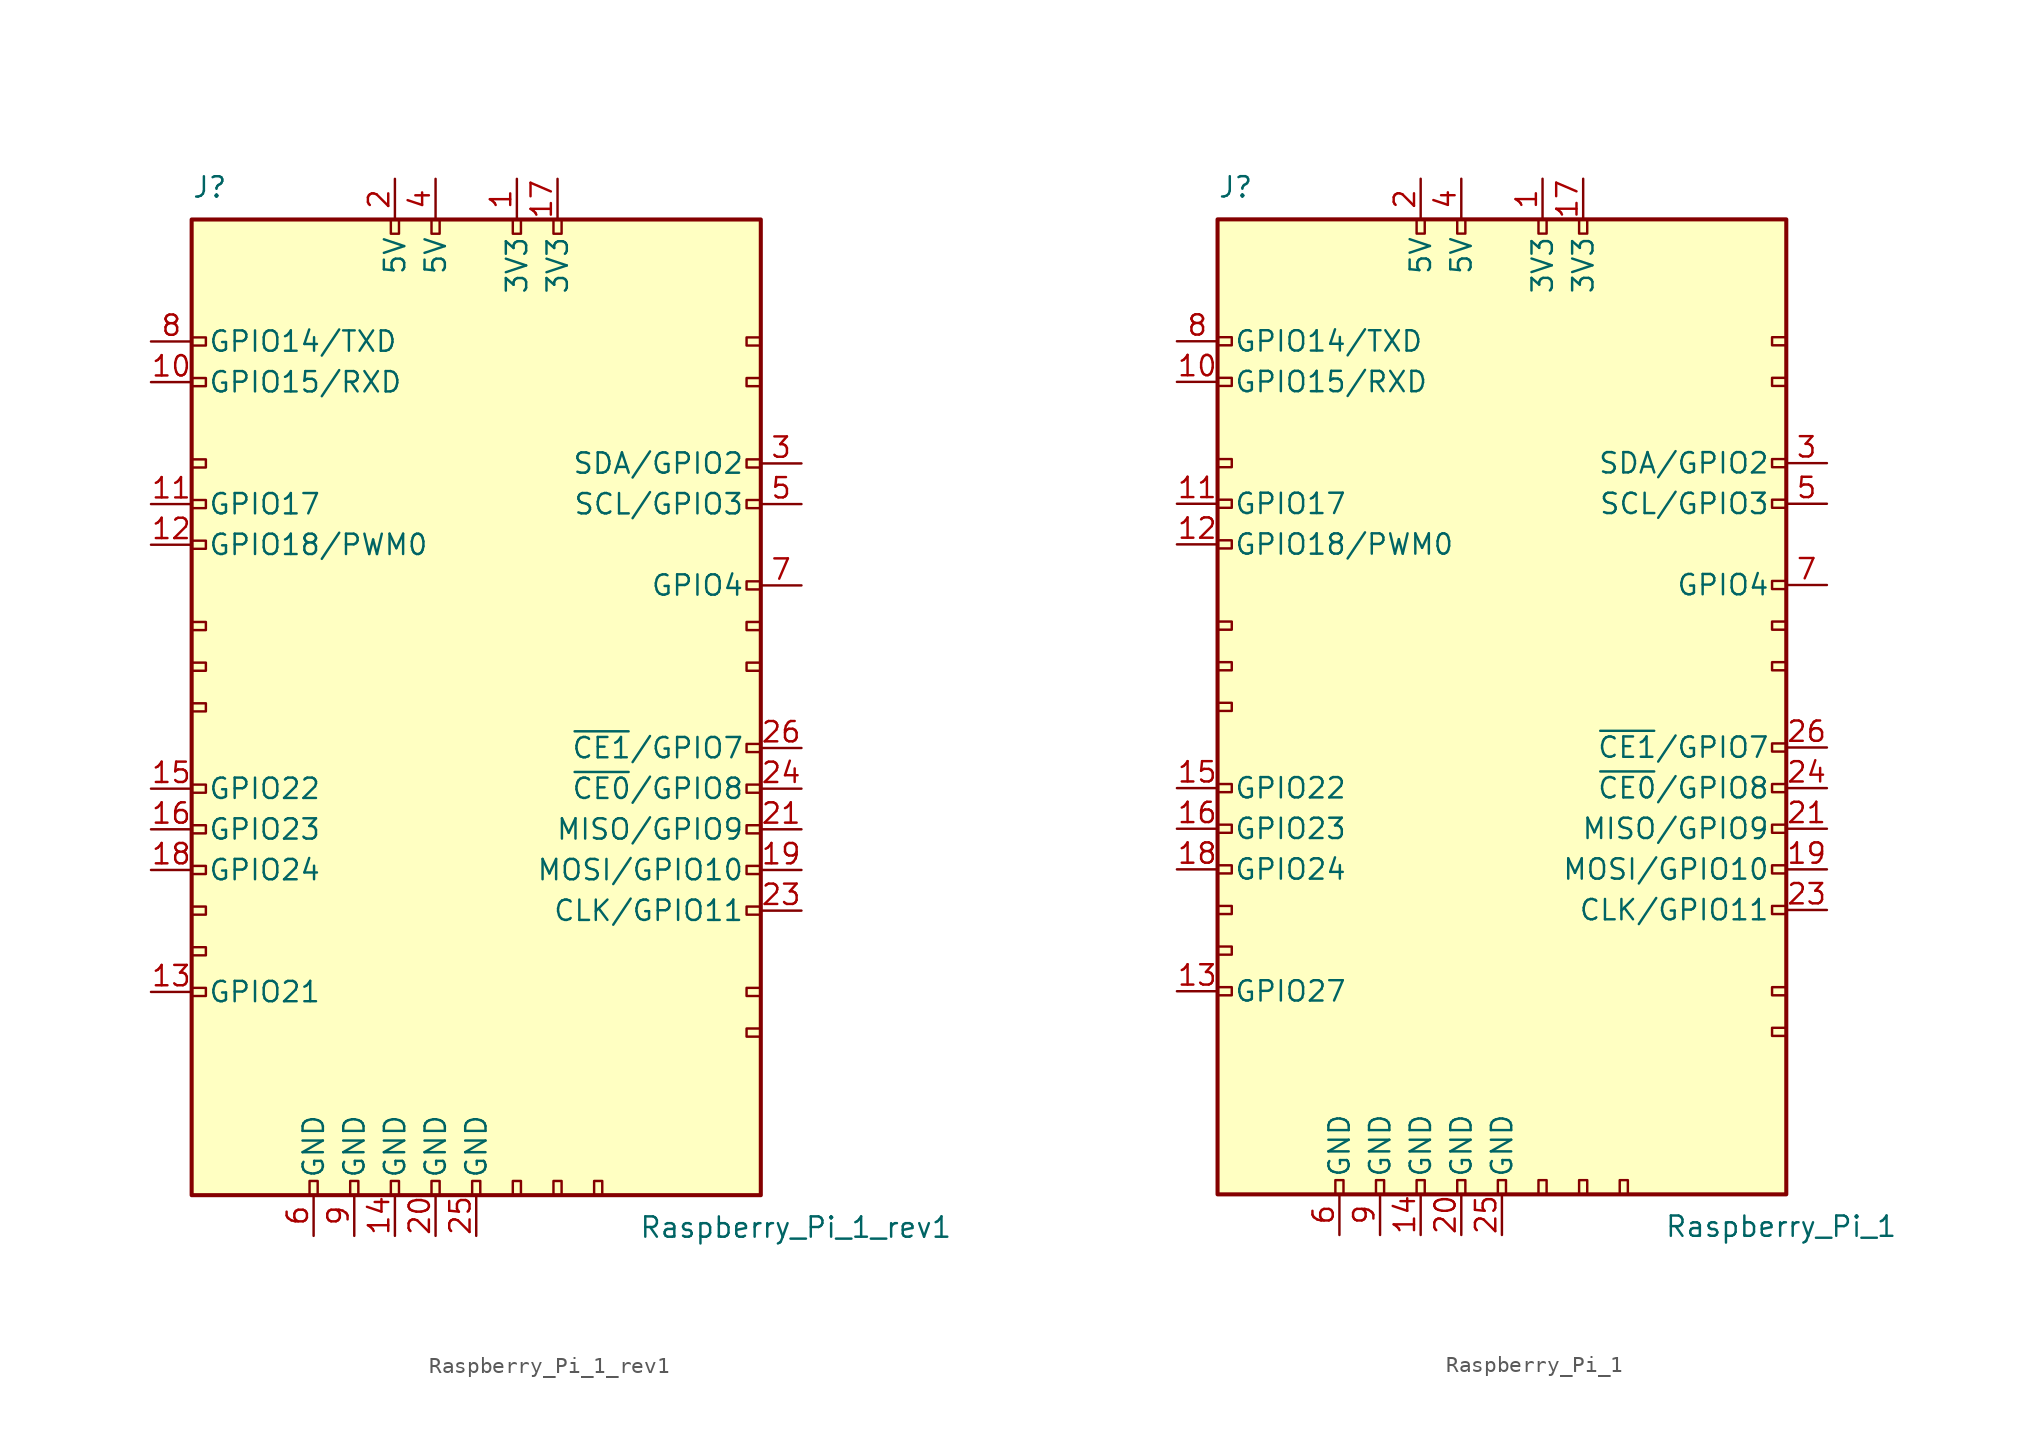
<source format=kicad_sym>
(kicad_symbol_lib
  (version 20211014)
  (generator kicad_symbol_editor)
  (symbol "Raspberry_Pi_1_rev1"
    (pin_names
      (offset 1.016))
    (property "Reference" "J"
      (at -17.78 31.75 0)
      (effects (font (size 1.27 1.27)) (justify left bottom)))
    (property "Value" "Raspberry_Pi_1_rev1"
      (at 10.16 -31.75 0)
      (effects (font (size 1.27 1.27)) (justify left top)))
    (symbol "Raspberry_Pi_1_rev1_0_1"
      (rectangle (start -17.78 30.48) (end 17.78 -30.48) (stroke (width 0.254) (type default) (color 0 0 0 0)) (fill (type background))))
    (symbol "Raspberry_Pi_1_rev1_1_1"
      (rectangle (start -16.891 -17.526) (end -17.78 -18.034) (stroke (width 0) (type default) (color 0 0 0 0)) (fill (type none)))
      (rectangle (start -16.891 -14.986) (end -17.78 -15.494) (stroke (width 0) (type default) (color 0 0 0 0)) (fill (type none)))
      (rectangle (start -16.891 -12.446) (end -17.78 -12.954) (stroke (width 0) (type default) (color 0 0 0 0)) (fill (type none)))
      (rectangle (start -16.891 -9.906) (end -17.78 -10.414) (stroke (width 0) (type default) (color 0 0 0 0)) (fill (type none)))
      (rectangle (start -16.891 -7.366) (end -17.78 -7.874) (stroke (width 0) (type default) (color 0 0 0 0)) (fill (type none)))
      (rectangle (start -16.891 -4.826) (end -17.78 -5.334) (stroke (width 0) (type default) (color 0 0 0 0)) (fill (type none)))
      (rectangle (start -16.891 0.254) (end -17.78 -0.254) (stroke (width 0) (type default) (color 0 0 0 0)) (fill (type none)))
      (rectangle (start -16.891 2.794) (end -17.78 2.286) (stroke (width 0) (type default) (color 0 0 0 0)) (fill (type none)))
      (rectangle (start -16.891 5.334) (end -17.78 4.826) (stroke (width 0) (type default) (color 0 0 0 0)) (fill (type none)))
      (rectangle (start -16.891 10.414) (end -17.78 9.906) (stroke (width 0) (type default) (color 0 0 0 0)) (fill (type none)))
      (rectangle (start -16.891 12.954) (end -17.78 12.446) (stroke (width 0) (type default) (color 0 0 0 0)) (fill (type none)))
      (rectangle (start -16.891 15.494) (end -17.78 14.986) (stroke (width 0) (type default) (color 0 0 0 0)) (fill (type none)))
      (rectangle (start -16.891 20.574) (end -17.78 20.066) (stroke (width 0) (type default) (color 0 0 0 0)) (fill (type none)))
      (rectangle (start -16.891 23.114) (end -17.78 22.606) (stroke (width 0) (type default) (color 0 0 0 0)) (fill (type none)))
      (rectangle (start -10.414 -29.591) (end -9.906 -30.48) (stroke (width 0) (type default) (color 0 0 0 0)) (fill (type none)))
      (rectangle (start -7.874 -29.591) (end -7.366 -30.48) (stroke (width 0) (type default) (color 0 0 0 0)) (fill (type none)))
      (rectangle (start -5.334 -29.591) (end -4.826 -30.48) (stroke (width 0) (type default) (color 0 0 0 0)) (fill (type none)))
      (rectangle (start -5.334 30.48) (end -4.826 29.591) (stroke (width 0) (type default) (color 0 0 0 0)) (fill (type none)))
      (rectangle (start -2.794 -29.591) (end -2.286 -30.48) (stroke (width 0) (type default) (color 0 0 0 0)) (fill (type none)))
      (rectangle (start -2.794 30.48) (end -2.286 29.591) (stroke (width 0) (type default) (color 0 0 0 0)) (fill (type none)))
      (rectangle (start -0.254 -29.591) (end 0.254 -30.48) (stroke (width 0) (type default) (color 0 0 0 0)) (fill (type none)))
      (rectangle (start 2.286 -29.591) (end 2.794 -30.48) (stroke (width 0) (type default) (color 0 0 0 0)) (fill (type none)))
      (rectangle (start 2.286 30.48) (end 2.794 29.591) (stroke (width 0) (type default) (color 0 0 0 0)) (fill (type none)))
      (rectangle (start 4.826 -29.591) (end 5.334 -30.48) (stroke (width 0) (type default) (color 0 0 0 0)) (fill (type none)))
      (rectangle (start 4.826 30.48) (end 5.334 29.591) (stroke (width 0) (type default) (color 0 0 0 0)) (fill (type none)))
      (rectangle (start 7.366 -29.591) (end 7.874 -30.48) (stroke (width 0) (type default) (color 0 0 0 0)) (fill (type none)))
      (rectangle (start 17.78 -20.066) (end 16.891 -20.574) (stroke (width 0) (type default) (color 0 0 0 0)) (fill (type none)))
      (rectangle (start 17.78 -17.526) (end 16.891 -18.034) (stroke (width 0) (type default) (color 0 0 0 0)) (fill (type none)))
      (rectangle (start 17.78 -12.446) (end 16.891 -12.954) (stroke (width 0) (type default) (color 0 0 0 0)) (fill (type none)))
      (rectangle (start 17.78 -9.906) (end 16.891 -10.414) (stroke (width 0) (type default) (color 0 0 0 0)) (fill (type none)))
      (rectangle (start 17.78 -7.366) (end 16.891 -7.874) (stroke (width 0) (type default) (color 0 0 0 0)) (fill (type none)))
      (rectangle (start 17.78 -4.826) (end 16.891 -5.334) (stroke (width 0) (type default) (color 0 0 0 0)) (fill (type none)))
      (rectangle (start 17.78 -2.286) (end 16.891 -2.794) (stroke (width 0) (type default) (color 0 0 0 0)) (fill (type none)))
      (rectangle (start 17.78 2.794) (end 16.891 2.286) (stroke (width 0) (type default) (color 0 0 0 0)) (fill (type none)))
      (rectangle (start 17.78 5.334) (end 16.891 4.826) (stroke (width 0) (type default) (color 0 0 0 0)) (fill (type none)))
      (rectangle (start 17.78 7.874) (end 16.891 7.366) (stroke (width 0) (type default) (color 0 0 0 0)) (fill (type none)))
      (rectangle (start 17.78 12.954) (end 16.891 12.446) (stroke (width 0) (type default) (color 0 0 0 0)) (fill (type none)))
      (rectangle (start 17.78 15.494) (end 16.891 14.986) (stroke (width 0) (type default) (color 0 0 0 0)) (fill (type none)))
      (rectangle (start 17.78 20.574) (end 16.891 20.066) (stroke (width 0) (type default) (color 0 0 0 0)) (fill (type none)))
      (rectangle (start 17.78 23.114) (end 16.891 22.606) (stroke (width 0) (type default) (color 0 0 0 0)) (fill (type none)))
      (pin power_in line (at 2.54 33.02 270) (length 2.54) (name "3V3" (effects (font (size 1.27 1.27)))) (number "1" (effects (font (size 1.27 1.27)))))
      (pin bidirectional line (at -20.32 20.32 0) (length 2.54) (name "GPIO15/RXD" (effects (font (size 1.27 1.27)))) (number "10" (effects (font (size 1.27 1.27)))))
      (pin bidirectional line (at -20.32 12.7 0) (length 2.54) (name "GPIO17" (effects (font (size 1.27 1.27)))) (number "11" (effects (font (size 1.27 1.27)))))
      (pin bidirectional line (at -20.32 10.16 0) (length 2.54) (name "GPIO18/PWM0" (effects (font (size 1.27 1.27)))) (number "12" (effects (font (size 1.27 1.27)))))
      (pin bidirectional line (at -20.32 -17.78 0) (length 2.54) (name "GPIO21" (effects (font (size 1.27 1.27)))) (number "13" (effects (font (size 1.27 1.27)))))
      (pin power_in line (at -5.08 -33.02 90) (length 2.54) (name "GND" (effects (font (size 1.27 1.27)))) (number "14" (effects (font (size 1.27 1.27)))))
      (pin bidirectional line (at -20.32 -5.08 0) (length 2.54) (name "GPIO22" (effects (font (size 1.27 1.27)))) (number "15" (effects (font (size 1.27 1.27)))))
      (pin bidirectional line (at -20.32 -7.62 0) (length 2.54) (name "GPIO23" (effects (font (size 1.27 1.27)))) (number "16" (effects (font (size 1.27 1.27)))))
      (pin power_in line (at 5.08 33.02 270) (length 2.54) (name "3V3" (effects (font (size 1.27 1.27)))) (number "17" (effects (font (size 1.27 1.27)))))
      (pin bidirectional line (at -20.32 -10.16 0) (length 2.54) (name "GPIO24" (effects (font (size 1.27 1.27)))) (number "18" (effects (font (size 1.27 1.27)))))
      (pin bidirectional line (at 20.32 -10.16 180) (length 2.54) (name "MOSI/GPIO10" (effects (font (size 1.27 1.27)))) (number "19" (effects (font (size 1.27 1.27)))))
      (pin power_in line (at -5.08 33.02 270) (length 2.54) (name "5V" (effects (font (size 1.27 1.27)))) (number "2" (effects (font (size 1.27 1.27)))))
      (pin power_in line (at -2.54 -33.02 90) (length 2.54) (name "GND" (effects (font (size 1.27 1.27)))) (number "20" (effects (font (size 1.27 1.27)))))
      (pin bidirectional line (at 20.32 -7.62 180) (length 2.54) (name "MISO/GPIO9" (effects (font (size 1.27 1.27)))) (number "21" (effects (font (size 1.27 1.27)))))
      (pin bidirectional line (at 20.32 -12.7 180) (length 2.54) (name "CLK/GPIO11" (effects (font (size 1.27 1.27)))) (number "23" (effects (font (size 1.27 1.27)))))
      (pin bidirectional line (at 20.32 -5.08 180) (length 2.54) (name "~{CE0}/GPIO8" (effects (font (size 1.27 1.27)))) (number "24" (effects (font (size 1.27 1.27)))))
      (pin power_in line (at 0 -33.02 90) (length 2.54) (name "GND" (effects (font (size 1.27 1.27)))) (number "25" (effects (font (size 1.27 1.27)))))
      (pin bidirectional line (at 20.32 -2.54 180) (length 2.54) (name "~{CE1}/GPIO7" (effects (font (size 1.27 1.27)))) (number "26" (effects (font (size 1.27 1.27)))))
      (pin bidirectional line (at 20.32 15.24 180) (length 2.54) (name "SDA/GPIO2" (effects (font (size 1.27 1.27)))) (number "3" (effects (font (size 1.27 1.27)))))
      (pin power_in line (at -2.54 33.02 270) (length 2.54) (name "5V" (effects (font (size 1.27 1.27)))) (number "4" (effects (font (size 1.27 1.27)))))
      (pin bidirectional line (at 20.32 12.7 180) (length 2.54) (name "SCL/GPIO3" (effects (font (size 1.27 1.27)))) (number "5" (effects (font (size 1.27 1.27)))))
      (pin power_in line (at -10.16 -33.02 90) (length 2.54) (name "GND" (effects (font (size 1.27 1.27)))) (number "6" (effects (font (size 1.27 1.27)))))
      (pin bidirectional line (at 20.32 7.62 180) (length 2.54) (name "GPIO4" (effects (font (size 1.27 1.27)))) (number "7" (effects (font (size 1.27 1.27)))))
      (pin bidirectional line (at -20.32 22.86 0) (length 2.54) (name "GPIO14/TXD" (effects (font (size 1.27 1.27)))) (number "8" (effects (font (size 1.27 1.27)))))
      (pin power_in line (at -7.62 -33.02 90) (length 2.54) (name "GND" (effects (font (size 1.27 1.27)))) (number "9" (effects (font (size 1.27 1.27)))))))
  (symbol "Raspberry_Pi_1"
    (pin_names
      (offset 1.016))
    (property "Reference" "J"
      (at -17.78 31.75 0)
      (effects (font (size 1.27 1.27)) (justify left bottom)))
    (property "Value" "Raspberry_Pi_1"
      (at 10.16 -31.75 0)
      (effects (font (size 1.27 1.27)) (justify left top)))
    (symbol "Raspberry_Pi_1_0_1"
      (rectangle (start -17.78 30.48) (end 17.78 -30.48) (stroke (width 0.254) (type default) (color 0 0 0 0)) (fill (type background))))
    (symbol "Raspberry_Pi_1_1_1"
      (rectangle (start -16.891 -17.526) (end -17.78 -18.034) (stroke (width 0) (type default) (color 0 0 0 0)) (fill (type none)))
      (rectangle (start -16.891 -14.986) (end -17.78 -15.494) (stroke (width 0) (type default) (color 0 0 0 0)) (fill (type none)))
      (rectangle (start -16.891 -12.446) (end -17.78 -12.954) (stroke (width 0) (type default) (color 0 0 0 0)) (fill (type none)))
      (rectangle (start -16.891 -9.906) (end -17.78 -10.414) (stroke (width 0) (type default) (color 0 0 0 0)) (fill (type none)))
      (rectangle (start -16.891 -7.366) (end -17.78 -7.874) (stroke (width 0) (type default) (color 0 0 0 0)) (fill (type none)))
      (rectangle (start -16.891 -4.826) (end -17.78 -5.334) (stroke (width 0) (type default) (color 0 0 0 0)) (fill (type none)))
      (rectangle (start -16.891 0.254) (end -17.78 -0.254) (stroke (width 0) (type default) (color 0 0 0 0)) (fill (type none)))
      (rectangle (start -16.891 2.794) (end -17.78 2.286) (stroke (width 0) (type default) (color 0 0 0 0)) (fill (type none)))
      (rectangle (start -16.891 5.334) (end -17.78 4.826) (stroke (width 0) (type default) (color 0 0 0 0)) (fill (type none)))
      (rectangle (start -16.891 10.414) (end -17.78 9.906) (stroke (width 0) (type default) (color 0 0 0 0)) (fill (type none)))
      (rectangle (start -16.891 12.954) (end -17.78 12.446) (stroke (width 0) (type default) (color 0 0 0 0)) (fill (type none)))
      (rectangle (start -16.891 15.494) (end -17.78 14.986) (stroke (width 0) (type default) (color 0 0 0 0)) (fill (type none)))
      (rectangle (start -16.891 20.574) (end -17.78 20.066) (stroke (width 0) (type default) (color 0 0 0 0)) (fill (type none)))
      (rectangle (start -16.891 23.114) (end -17.78 22.606) (stroke (width 0) (type default) (color 0 0 0 0)) (fill (type none)))
      (rectangle (start -10.414 -29.591) (end -9.906 -30.48) (stroke (width 0) (type default) (color 0 0 0 0)) (fill (type none)))
      (rectangle (start -7.874 -29.591) (end -7.366 -30.48) (stroke (width 0) (type default) (color 0 0 0 0)) (fill (type none)))
      (rectangle (start -5.334 -29.591) (end -4.826 -30.48) (stroke (width 0) (type default) (color 0 0 0 0)) (fill (type none)))
      (rectangle (start -5.334 30.48) (end -4.826 29.591) (stroke (width 0) (type default) (color 0 0 0 0)) (fill (type none)))
      (rectangle (start -2.794 -29.591) (end -2.286 -30.48) (stroke (width 0) (type default) (color 0 0 0 0)) (fill (type none)))
      (rectangle (start -2.794 30.48) (end -2.286 29.591) (stroke (width 0) (type default) (color 0 0 0 0)) (fill (type none)))
      (rectangle (start -0.254 -29.591) (end 0.254 -30.48) (stroke (width 0) (type default) (color 0 0 0 0)) (fill (type none)))
      (rectangle (start 2.286 -29.591) (end 2.794 -30.48) (stroke (width 0) (type default) (color 0 0 0 0)) (fill (type none)))
      (rectangle (start 2.286 30.48) (end 2.794 29.591) (stroke (width 0) (type default) (color 0 0 0 0)) (fill (type none)))
      (rectangle (start 4.826 -29.591) (end 5.334 -30.48) (stroke (width 0) (type default) (color 0 0 0 0)) (fill (type none)))
      (rectangle (start 4.826 30.48) (end 5.334 29.591) (stroke (width 0) (type default) (color 0 0 0 0)) (fill (type none)))
      (rectangle (start 7.366 -29.591) (end 7.874 -30.48) (stroke (width 0) (type default) (color 0 0 0 0)) (fill (type none)))
      (rectangle (start 17.78 -20.066) (end 16.891 -20.574) (stroke (width 0) (type default) (color 0 0 0 0)) (fill (type none)))
      (rectangle (start 17.78 -17.526) (end 16.891 -18.034) (stroke (width 0) (type default) (color 0 0 0 0)) (fill (type none)))
      (rectangle (start 17.78 -12.446) (end 16.891 -12.954) (stroke (width 0) (type default) (color 0 0 0 0)) (fill (type none)))
      (rectangle (start 17.78 -9.906) (end 16.891 -10.414) (stroke (width 0) (type default) (color 0 0 0 0)) (fill (type none)))
      (rectangle (start 17.78 -7.366) (end 16.891 -7.874) (stroke (width 0) (type default) (color 0 0 0 0)) (fill (type none)))
      (rectangle (start 17.78 -4.826) (end 16.891 -5.334) (stroke (width 0) (type default) (color 0 0 0 0)) (fill (type none)))
      (rectangle (start 17.78 -2.286) (end 16.891 -2.794) (stroke (width 0) (type default) (color 0 0 0 0)) (fill (type none)))
      (rectangle (start 17.78 2.794) (end 16.891 2.286) (stroke (width 0) (type default) (color 0 0 0 0)) (fill (type none)))
      (rectangle (start 17.78 5.334) (end 16.891 4.826) (stroke (width 0) (type default) (color 0 0 0 0)) (fill (type none)))
      (rectangle (start 17.78 7.874) (end 16.891 7.366) (stroke (width 0) (type default) (color 0 0 0 0)) (fill (type none)))
      (rectangle (start 17.78 12.954) (end 16.891 12.446) (stroke (width 0) (type default) (color 0 0 0 0)) (fill (type none)))
      (rectangle (start 17.78 15.494) (end 16.891 14.986) (stroke (width 0) (type default) (color 0 0 0 0)) (fill (type none)))
      (rectangle (start 17.78 20.574) (end 16.891 20.066) (stroke (width 0) (type default) (color 0 0 0 0)) (fill (type none)))
      (rectangle (start 17.78 23.114) (end 16.891 22.606) (stroke (width 0) (type default) (color 0 0 0 0)) (fill (type none)))
      (pin power_in line (at 2.54 33.02 270) (length 2.54) (name "3V3" (effects (font (size 1.27 1.27)))) (number "1" (effects (font (size 1.27 1.27)))))
      (pin bidirectional line (at -20.32 20.32 0) (length 2.54) (name "GPIO15/RXD" (effects (font (size 1.27 1.27)))) (number "10" (effects (font (size 1.27 1.27)))))
      (pin bidirectional line (at -20.32 12.7 0) (length 2.54) (name "GPIO17" (effects (font (size 1.27 1.27)))) (number "11" (effects (font (size 1.27 1.27)))))
      (pin bidirectional line (at -20.32 10.16 0) (length 2.54) (name "GPIO18/PWM0" (effects (font (size 1.27 1.27)))) (number "12" (effects (font (size 1.27 1.27)))))
      (pin bidirectional line (at -20.32 -17.78 0) (length 2.54) (name "GPIO27" (effects (font (size 1.27 1.27)))) (number "13" (effects (font (size 1.27 1.27)))))
      (pin power_in line (at -5.08 -33.02 90) (length 2.54) (name "GND" (effects (font (size 1.27 1.27)))) (number "14" (effects (font (size 1.27 1.27)))))
      (pin bidirectional line (at -20.32 -5.08 0) (length 2.54) (name "GPIO22" (effects (font (size 1.27 1.27)))) (number "15" (effects (font (size 1.27 1.27)))))
      (pin bidirectional line (at -20.32 -7.62 0) (length 2.54) (name "GPIO23" (effects (font (size 1.27 1.27)))) (number "16" (effects (font (size 1.27 1.27)))))
      (pin power_in line (at 5.08 33.02 270) (length 2.54) (name "3V3" (effects (font (size 1.27 1.27)))) (number "17" (effects (font (size 1.27 1.27)))))
      (pin bidirectional line (at -20.32 -10.16 0) (length 2.54) (name "GPIO24" (effects (font (size 1.27 1.27)))) (number "18" (effects (font (size 1.27 1.27)))))
      (pin bidirectional line (at 20.32 -10.16 180) (length 2.54) (name "MOSI/GPIO10" (effects (font (size 1.27 1.27)))) (number "19" (effects (font (size 1.27 1.27)))))
      (pin power_in line (at -5.08 33.02 270) (length 2.54) (name "5V" (effects (font (size 1.27 1.27)))) (number "2" (effects (font (size 1.27 1.27)))))
      (pin power_in line (at -2.54 -33.02 90) (length 2.54) (name "GND" (effects (font (size 1.27 1.27)))) (number "20" (effects (font (size 1.27 1.27)))))
      (pin bidirectional line (at 20.32 -7.62 180) (length 2.54) (name "MISO/GPIO9" (effects (font (size 1.27 1.27)))) (number "21" (effects (font (size 1.27 1.27)))))
      (pin bidirectional line (at 20.32 -12.7 180) (length 2.54) (name "CLK/GPIO11" (effects (font (size 1.27 1.27)))) (number "23" (effects (font (size 1.27 1.27)))))
      (pin bidirectional line (at 20.32 -5.08 180) (length 2.54) (name "~{CE0}/GPIO8" (effects (font (size 1.27 1.27)))) (number "24" (effects (font (size 1.27 1.27)))))
      (pin power_in line (at 0 -33.02 90) (length 2.54) (name "GND" (effects (font (size 1.27 1.27)))) (number "25" (effects (font (size 1.27 1.27)))))
      (pin bidirectional line (at 20.32 -2.54 180) (length 2.54) (name "~{CE1}/GPIO7" (effects (font (size 1.27 1.27)))) (number "26" (effects (font (size 1.27 1.27)))))
      (pin bidirectional line (at 20.32 15.24 180) (length 2.54) (name "SDA/GPIO2" (effects (font (size 1.27 1.27)))) (number "3" (effects (font (size 1.27 1.27)))))
      (pin power_in line (at -2.54 33.02 270) (length 2.54) (name "5V" (effects (font (size 1.27 1.27)))) (number "4" (effects (font (size 1.27 1.27)))))
      (pin bidirectional line (at 20.32 12.7 180) (length 2.54) (name "SCL/GPIO3" (effects (font (size 1.27 1.27)))) (number "5" (effects (font (size 1.27 1.27)))))
      (pin power_in line (at -10.16 -33.02 90) (length 2.54) (name "GND" (effects (font (size 1.27 1.27)))) (number "6" (effects (font (size 1.27 1.27)))))
      (pin bidirectional line (at 20.32 7.62 180) (length 2.54) (name "GPIO4" (effects (font (size 1.27 1.27)))) (number "7" (effects (font (size 1.27 1.27)))))
      (pin bidirectional line (at -20.32 22.86 0) (length 2.54) (name "GPIO14/TXD" (effects (font (size 1.27 1.27)))) (number "8" (effects (font (size 1.27 1.27)))))
      (pin power_in line (at -7.62 -33.02 90) (length 2.54) (name "GND" (effects (font (size 1.27 1.27)))) (number "9" (effects (font (size 1.27 1.27))))))))
</source>
